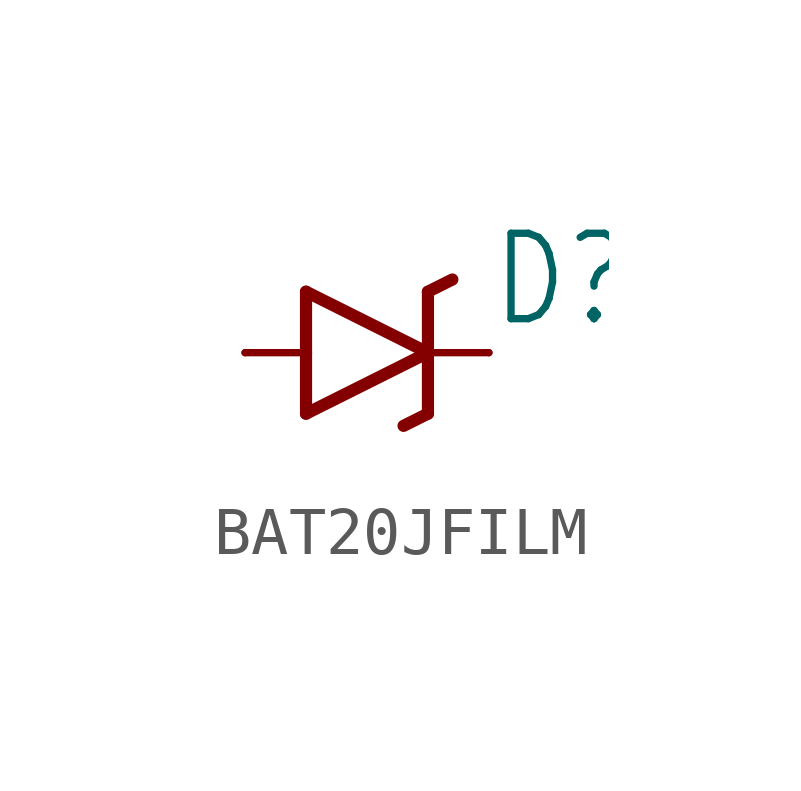
<source format=kicad_sym>
(kicad_symbol_lib
  (version 20241209)
  (generator "kicad_symbol_editor")
  (generator_version "9.0")
  (symbol "BAT20JFILM"
    (property "Reference" "D"
      (at 2.541 0.483 0)
      (effects (font (size 1.779 1.512)) (justify left bottom)))
    (property "Value" ""
      (at 2.541 -2.312 0)
      (effects (font (size 1.778 1.512)) (justify left bottom)))
    (property "ki_locked" ""
      (at 0 0 0)
      (effects (font (size 1.27 1.27))))
    (symbol "BAT20JFILM_1_0"
      (polyline (pts (xy -2.54 0) (xy -1.27 0)) (stroke (width 0.152) (type solid)) (fill (type none)))
      (polyline (pts (xy -1.27 1.27) (xy -1.27 0)) (stroke (width 0.254) (type solid)) (fill (type none)))
      (polyline (pts (xy -1.27 0) (xy -1.27 -1.27)) (stroke (width 0.254) (type solid)) (fill (type none)))
      (polyline (pts (xy -1.27 -1.27) (xy 1.27 0)) (stroke (width 0.254) (type solid)) (fill (type none)))
      (polyline (pts (xy 1.27 1.27) (xy 1.27 0)) (stroke (width 0.254) (type solid)) (fill (type none)))
      (polyline (pts (xy 1.27 1.27) (xy 1.778 1.524)) (stroke (width 0.254) (type solid)) (fill (type none)))
      (polyline (pts (xy 1.27 0) (xy -1.27 1.27)) (stroke (width 0.254) (type solid)) (fill (type none)))
      (polyline (pts (xy 1.27 0) (xy 1.27 -1.27)) (stroke (width 0.254) (type solid)) (fill (type none)))
      (polyline (pts (xy 1.27 -1.27) (xy 0.762 -1.524)) (stroke (width 0.254) (type solid)) (fill (type none)))
      (polyline (pts (xy 2.54 0) (xy 1.27 0)) (stroke (width 0.152) (type solid)) (fill (type none)))
      (pin passive line (at -2.54 0 0) (length 0) (name "A" (effects (font (size 0 0)))) (number "A" (effects (font (size 0 0)))))
      (pin passive line (at 2.54 0 180) (length 0) (name "C" (effects (font (size 0 0)))) (number "C" (effects (font (size 0 0))))))))
</source>
